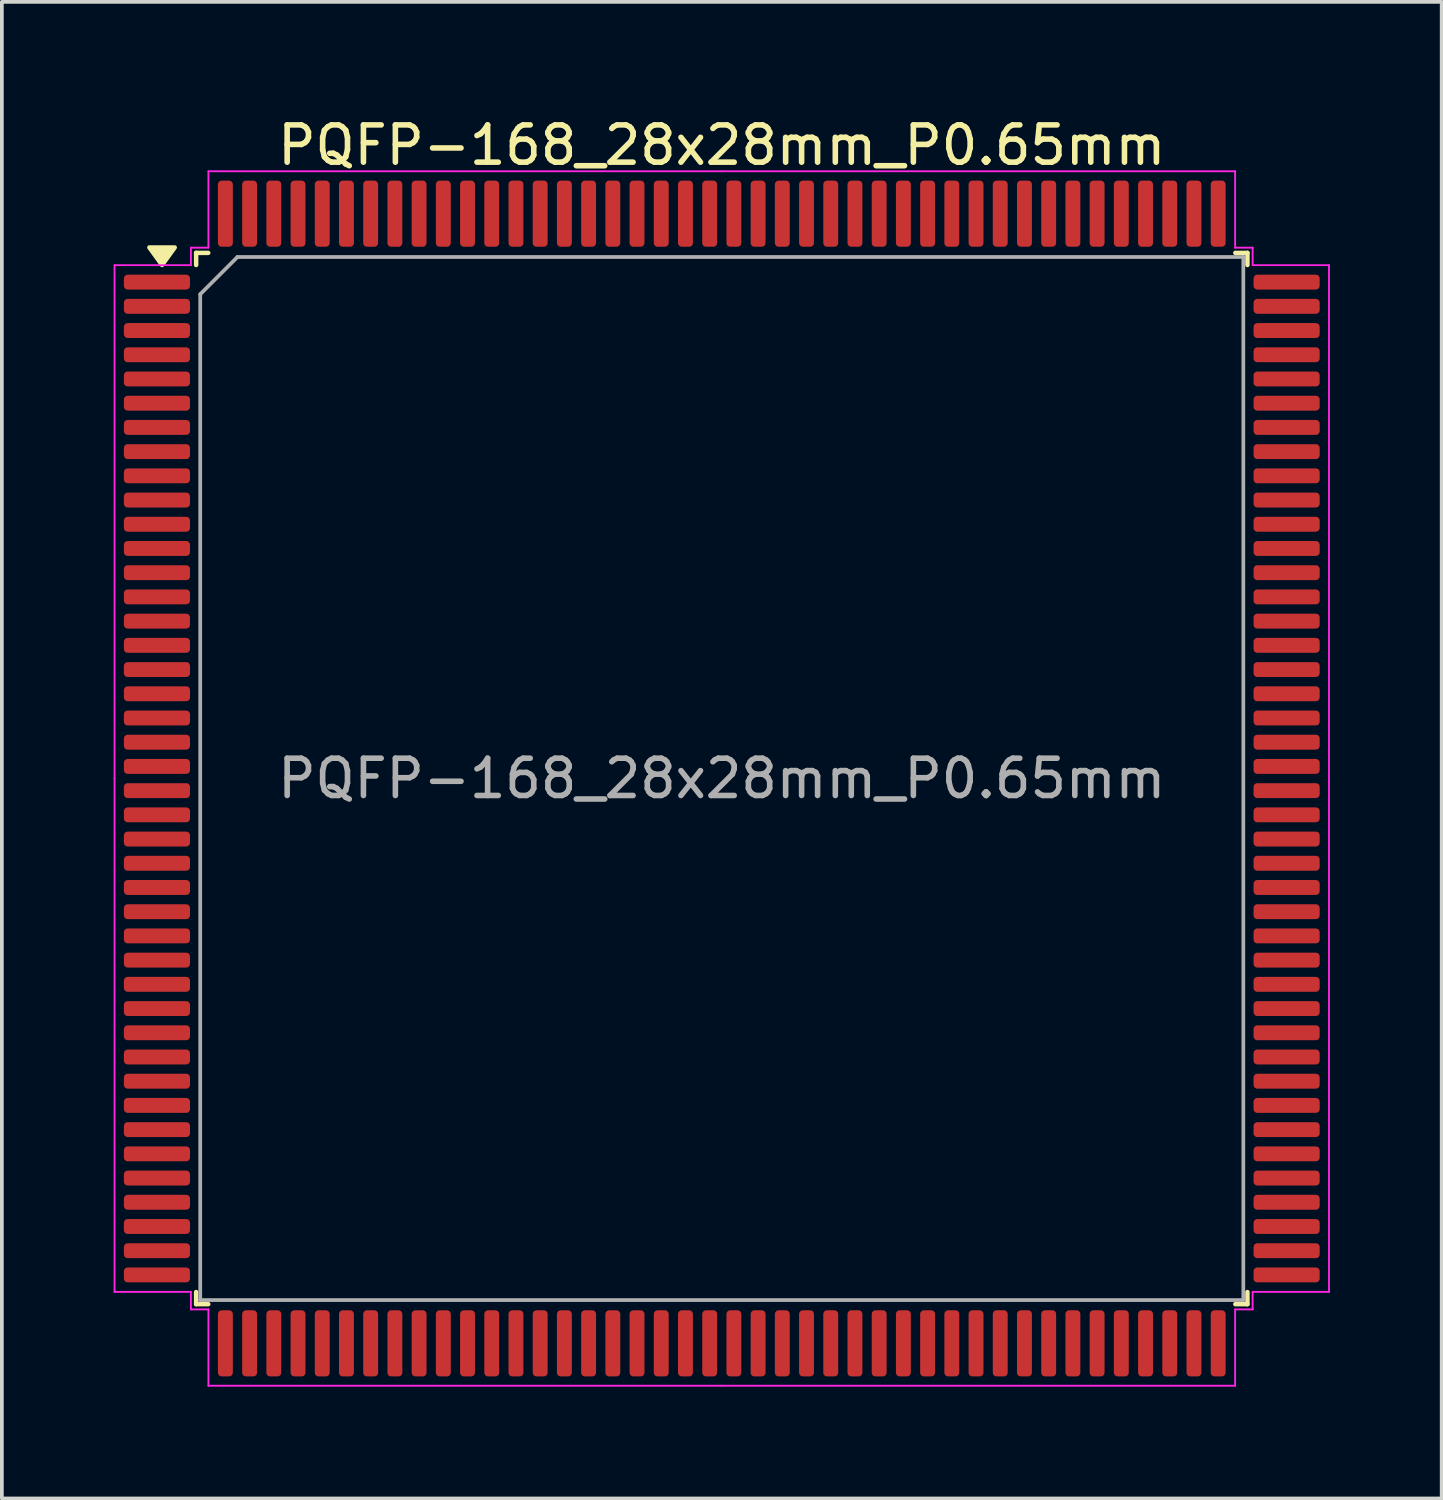
<source format=kicad_pcb>
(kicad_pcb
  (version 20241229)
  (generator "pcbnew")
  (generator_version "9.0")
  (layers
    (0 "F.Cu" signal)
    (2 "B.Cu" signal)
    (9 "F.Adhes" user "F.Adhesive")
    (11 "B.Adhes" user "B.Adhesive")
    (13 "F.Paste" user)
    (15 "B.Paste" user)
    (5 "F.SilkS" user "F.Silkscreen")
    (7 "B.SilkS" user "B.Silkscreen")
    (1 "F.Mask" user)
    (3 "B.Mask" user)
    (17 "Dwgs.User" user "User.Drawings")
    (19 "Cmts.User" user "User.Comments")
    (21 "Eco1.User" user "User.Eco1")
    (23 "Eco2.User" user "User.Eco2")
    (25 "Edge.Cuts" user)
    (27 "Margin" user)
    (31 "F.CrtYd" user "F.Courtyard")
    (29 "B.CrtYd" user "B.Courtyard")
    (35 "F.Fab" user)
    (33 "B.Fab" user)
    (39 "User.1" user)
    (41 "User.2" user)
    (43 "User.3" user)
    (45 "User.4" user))
  (footprint "PQFP-168_28x28mm_P0.65mm"
    (layer "F.Cu")
    (at 16.325 17.848)
    (property "Reference" "PQFP-168_28x28mm_P0.65mm" (at 0 -17 0) (layer "F.SilkS") (effects (font (size 1 1) (thickness 0.15))))
    (attr smd)
    (fp_line (start -14.11 -14.11) (end -14.11 -13.785) (stroke (width 0.12) (type solid)) (layer "F.SilkS"))
    (fp_line (start -14.11 14.11) (end -14.11 13.785) (stroke (width 0.12) (type solid)) (layer "F.SilkS"))
    (fp_line (start -13.785 -14.11) (end -14.11 -14.11) (stroke (width 0.12) (type solid)) (layer "F.SilkS"))
    (fp_line (start -13.785 14.11) (end -14.11 14.11) (stroke (width 0.12) (type solid)) (layer "F.SilkS"))
    (fp_line (start 13.785 -14.11) (end 14.11 -14.11) (stroke (width 0.12) (type solid)) (layer "F.SilkS"))
    (fp_line (start 13.785 14.11) (end 14.11 14.11) (stroke (width 0.12) (type solid)) (layer "F.SilkS"))
    (fp_line (start 14.11 -14.11) (end 14.11 -13.785) (stroke (width 0.12) (type solid)) (layer "F.SilkS"))
    (fp_line (start 14.11 14.11) (end 14.11 13.785) (stroke (width 0.12) (type solid)) (layer "F.SilkS"))
    (fp_poly (pts (xy -15.025 -13.785) (xy -15.365 -14.255) (xy -14.685 -14.255) (xy -15.025 -13.785)) (stroke (width 0.12) (type solid)) (fill yes) (layer "F.SilkS"))
    (fp_line (start -16.3 -13.78) (end -16.3 0) (stroke (width 0.05) (type solid)) (layer "F.CrtYd"))
    (fp_line (start -16.3 13.78) (end -16.3 0) (stroke (width 0.05) (type solid)) (layer "F.CrtYd"))
    (fp_line (start -14.25 -14.25) (end -14.25 -13.78) (stroke (width 0.05) (type solid)) (layer "F.CrtYd"))
    (fp_line (start -14.25 -13.78) (end -16.3 -13.78) (stroke (width 0.05) (type solid)) (layer "F.CrtYd"))
    (fp_line (start -14.25 13.78) (end -16.3 13.78) (stroke (width 0.05) (type solid)) (layer "F.CrtYd"))
    (fp_line (start -14.25 14.25) (end -14.25 13.78) (stroke (width 0.05) (type solid)) (layer "F.CrtYd"))
    (fp_line (start -13.78 -16.3) (end -13.78 -14.25) (stroke (width 0.05) (type solid)) (layer "F.CrtYd"))
    (fp_line (start -13.78 -14.25) (end -14.25 -14.25) (stroke (width 0.05) (type solid)) (layer "F.CrtYd"))
    (fp_line (start -13.78 14.25) (end -14.25 14.25) (stroke (width 0.05) (type solid)) (layer "F.CrtYd"))
    (fp_line (start -13.78 16.3) (end -13.78 14.25) (stroke (width 0.05) (type solid)) (layer "F.CrtYd"))
    (fp_line (start 0 -16.3) (end -13.78 -16.3) (stroke (width 0.05) (type solid)) (layer "F.CrtYd"))
    (fp_line (start 0 -16.3) (end 13.78 -16.3) (stroke (width 0.05) (type solid)) (layer "F.CrtYd"))
    (fp_line (start 0 16.3) (end -13.78 16.3) (stroke (width 0.05) (type solid)) (layer "F.CrtYd"))
    (fp_line (start 0 16.3) (end 13.78 16.3) (stroke (width 0.05) (type solid)) (layer "F.CrtYd"))
    (fp_line (start 13.78 -16.3) (end 13.78 -14.25) (stroke (width 0.05) (type solid)) (layer "F.CrtYd"))
    (fp_line (start 13.78 -14.25) (end 14.25 -14.25) (stroke (width 0.05) (type solid)) (layer "F.CrtYd"))
    (fp_line (start 13.78 14.25) (end 14.25 14.25) (stroke (width 0.05) (type solid)) (layer "F.CrtYd"))
    (fp_line (start 13.78 16.3) (end 13.78 14.25) (stroke (width 0.05) (type solid)) (layer "F.CrtYd"))
    (fp_line (start 14.25 -14.25) (end 14.25 -13.78) (stroke (width 0.05) (type solid)) (layer "F.CrtYd"))
    (fp_line (start 14.25 -13.78) (end 16.3 -13.78) (stroke (width 0.05) (type solid)) (layer "F.CrtYd"))
    (fp_line (start 14.25 13.78) (end 16.3 13.78) (stroke (width 0.05) (type solid)) (layer "F.CrtYd"))
    (fp_line (start 14.25 14.25) (end 14.25 13.78) (stroke (width 0.05) (type solid)) (layer "F.CrtYd"))
    (fp_line (start 16.3 -13.78) (end 16.3 0) (stroke (width 0.05) (type solid)) (layer "F.CrtYd"))
    (fp_line (start 16.3 13.78) (end 16.3 0) (stroke (width 0.05) (type solid)) (layer "F.CrtYd"))
    (fp_line (start -14 -13) (end -13 -14) (stroke (width 0.1) (type solid)) (layer "F.Fab"))
    (fp_line (start -14 14) (end -14 -13) (stroke (width 0.1) (type solid)) (layer "F.Fab"))
    (fp_line (start -13 -14) (end 14 -14) (stroke (width 0.1) (type solid)) (layer "F.Fab"))
    (fp_line (start 14 -14) (end 14 14) (stroke (width 0.1) (type solid)) (layer "F.Fab"))
    (fp_line (start 14 14) (end -14 14) (stroke (width 0.1) (type solid)) (layer "F.Fab"))
    (fp_text user "${REFERENCE}" (at 0 0 0) (layer "F.Fab") (effects (font (size 1 1) (thickness 0.15))))
    (pad "1" smd roundrect (at -15.162 -13.325) (size 1.775 0.4) (layers "F.Cu" "F.Mask" "F.Paste") (roundrect_rratio 0.25))
    (pad "2" smd roundrect (at -15.162 -12.675) (size 1.775 0.4) (layers "F.Cu" "F.Mask" "F.Paste") (roundrect_rratio 0.25))
    (pad "3" smd roundrect (at -15.162 -12.025) (size 1.775 0.4) (layers "F.Cu" "F.Mask" "F.Paste") (roundrect_rratio 0.25))
    (pad "4" smd roundrect (at -15.162 -11.375) (size 1.775 0.4) (layers "F.Cu" "F.Mask" "F.Paste") (roundrect_rratio 0.25))
    (pad "5" smd roundrect (at -15.162 -10.725) (size 1.775 0.4) (layers "F.Cu" "F.Mask" "F.Paste") (roundrect_rratio 0.25))
    (pad "6" smd roundrect (at -15.162 -10.075) (size 1.775 0.4) (layers "F.Cu" "F.Mask" "F.Paste") (roundrect_rratio 0.25))
    (pad "7" smd roundrect (at -15.162 -9.425) (size 1.775 0.4) (layers "F.Cu" "F.Mask" "F.Paste") (roundrect_rratio 0.25))
    (pad "8" smd roundrect (at -15.162 -8.775) (size 1.775 0.4) (layers "F.Cu" "F.Mask" "F.Paste") (roundrect_rratio 0.25))
    (pad "9" smd roundrect (at -15.162 -8.125) (size 1.775 0.4) (layers "F.Cu" "F.Mask" "F.Paste") (roundrect_rratio 0.25))
    (pad "10" smd roundrect (at -15.162 -7.475) (size 1.775 0.4) (layers "F.Cu" "F.Mask" "F.Paste") (roundrect_rratio 0.25))
    (pad "11" smd roundrect (at -15.162 -6.825) (size 1.775 0.4) (layers "F.Cu" "F.Mask" "F.Paste") (roundrect_rratio 0.25))
    (pad "12" smd roundrect (at -15.162 -6.175) (size 1.775 0.4) (layers "F.Cu" "F.Mask" "F.Paste") (roundrect_rratio 0.25))
    (pad "13" smd roundrect (at -15.162 -5.525) (size 1.775 0.4) (layers "F.Cu" "F.Mask" "F.Paste") (roundrect_rratio 0.25))
    (pad "14" smd roundrect (at -15.162 -4.875) (size 1.775 0.4) (layers "F.Cu" "F.Mask" "F.Paste") (roundrect_rratio 0.25))
    (pad "15" smd roundrect (at -15.162 -4.225) (size 1.775 0.4) (layers "F.Cu" "F.Mask" "F.Paste") (roundrect_rratio 0.25))
    (pad "16" smd roundrect (at -15.162 -3.575) (size 1.775 0.4) (layers "F.Cu" "F.Mask" "F.Paste") (roundrect_rratio 0.25))
    (pad "17" smd roundrect (at -15.162 -2.925) (size 1.775 0.4) (layers "F.Cu" "F.Mask" "F.Paste") (roundrect_rratio 0.25))
    (pad "18" smd roundrect (at -15.162 -2.275) (size 1.775 0.4) (layers "F.Cu" "F.Mask" "F.Paste") (roundrect_rratio 0.25))
    (pad "19" smd roundrect (at -15.162 -1.625) (size 1.775 0.4) (layers "F.Cu" "F.Mask" "F.Paste") (roundrect_rratio 0.25))
    (pad "20" smd roundrect (at -15.162 -0.975) (size 1.775 0.4) (layers "F.Cu" "F.Mask" "F.Paste") (roundrect_rratio 0.25))
    (pad "21" smd roundrect (at -15.162 -0.325) (size 1.775 0.4) (layers "F.Cu" "F.Mask" "F.Paste") (roundrect_rratio 0.25))
    (pad "22" smd roundrect (at -15.162 0.325) (size 1.775 0.4) (layers "F.Cu" "F.Mask" "F.Paste") (roundrect_rratio 0.25))
    (pad "23" smd roundrect (at -15.162 0.975) (size 1.775 0.4) (layers "F.Cu" "F.Mask" "F.Paste") (roundrect_rratio 0.25))
    (pad "24" smd roundrect (at -15.162 1.625) (size 1.775 0.4) (layers "F.Cu" "F.Mask" "F.Paste") (roundrect_rratio 0.25))
    (pad "25" smd roundrect (at -15.162 2.275) (size 1.775 0.4) (layers "F.Cu" "F.Mask" "F.Paste") (roundrect_rratio 0.25))
    (pad "26" smd roundrect (at -15.162 2.925) (size 1.775 0.4) (layers "F.Cu" "F.Mask" "F.Paste") (roundrect_rratio 0.25))
    (pad "27" smd roundrect (at -15.162 3.575) (size 1.775 0.4) (layers "F.Cu" "F.Mask" "F.Paste") (roundrect_rratio 0.25))
    (pad "28" smd roundrect (at -15.162 4.225) (size 1.775 0.4) (layers "F.Cu" "F.Mask" "F.Paste") (roundrect_rratio 0.25))
    (pad "29" smd roundrect (at -15.162 4.875) (size 1.775 0.4) (layers "F.Cu" "F.Mask" "F.Paste") (roundrect_rratio 0.25))
    (pad "30" smd roundrect (at -15.162 5.525) (size 1.775 0.4) (layers "F.Cu" "F.Mask" "F.Paste") (roundrect_rratio 0.25))
    (pad "31" smd roundrect (at -15.162 6.175) (size 1.775 0.4) (layers "F.Cu" "F.Mask" "F.Paste") (roundrect_rratio 0.25))
    (pad "32" smd roundrect (at -15.162 6.825) (size 1.775 0.4) (layers "F.Cu" "F.Mask" "F.Paste") (roundrect_rratio 0.25))
    (pad "33" smd roundrect (at -15.162 7.475) (size 1.775 0.4) (layers "F.Cu" "F.Mask" "F.Paste") (roundrect_rratio 0.25))
    (pad "34" smd roundrect (at -15.162 8.125) (size 1.775 0.4) (layers "F.Cu" "F.Mask" "F.Paste") (roundrect_rratio 0.25))
    (pad "35" smd roundrect (at -15.162 8.775) (size 1.775 0.4) (layers "F.Cu" "F.Mask" "F.Paste") (roundrect_rratio 0.25))
    (pad "36" smd roundrect (at -15.162 9.425) (size 1.775 0.4) (layers "F.Cu" "F.Mask" "F.Paste") (roundrect_rratio 0.25))
    (pad "37" smd roundrect (at -15.162 10.075) (size 1.775 0.4) (layers "F.Cu" "F.Mask" "F.Paste") (roundrect_rratio 0.25))
    (pad "38" smd roundrect (at -15.162 10.725) (size 1.775 0.4) (layers "F.Cu" "F.Mask" "F.Paste") (roundrect_rratio 0.25))
    (pad "39" smd roundrect (at -15.162 11.375) (size 1.775 0.4) (layers "F.Cu" "F.Mask" "F.Paste") (roundrect_rratio 0.25))
    (pad "40" smd roundrect (at -15.162 12.025) (size 1.775 0.4) (layers "F.Cu" "F.Mask" "F.Paste") (roundrect_rratio 0.25))
    (pad "41" smd roundrect (at -15.162 12.675) (size 1.775 0.4) (layers "F.Cu" "F.Mask" "F.Paste") (roundrect_rratio 0.25))
    (pad "42" smd roundrect (at -15.162 13.325) (size 1.775 0.4) (layers "F.Cu" "F.Mask" "F.Paste") (roundrect_rratio 0.25))
    (pad "43" smd roundrect (at -13.325 15.162) (size 0.4 1.775) (layers "F.Cu" "F.Mask" "F.Paste") (roundrect_rratio 0.25))
    (pad "44" smd roundrect (at -12.675 15.162) (size 0.4 1.775) (layers "F.Cu" "F.Mask" "F.Paste") (roundrect_rratio 0.25))
    (pad "45" smd roundrect (at -12.025 15.162) (size 0.4 1.775) (layers "F.Cu" "F.Mask" "F.Paste") (roundrect_rratio 0.25))
    (pad "46" smd roundrect (at -11.375 15.162) (size 0.4 1.775) (layers "F.Cu" "F.Mask" "F.Paste") (roundrect_rratio 0.25))
    (pad "47" smd roundrect (at -10.725 15.162) (size 0.4 1.775) (layers "F.Cu" "F.Mask" "F.Paste") (roundrect_rratio 0.25))
    (pad "48" smd roundrect (at -10.075 15.162) (size 0.4 1.775) (layers "F.Cu" "F.Mask" "F.Paste") (roundrect_rratio 0.25))
    (pad "49" smd roundrect (at -9.425 15.162) (size 0.4 1.775) (layers "F.Cu" "F.Mask" "F.Paste") (roundrect_rratio 0.25))
    (pad "50" smd roundrect (at -8.775 15.162) (size 0.4 1.775) (layers "F.Cu" "F.Mask" "F.Paste") (roundrect_rratio 0.25))
    (pad "51" smd roundrect (at -8.125 15.162) (size 0.4 1.775) (layers "F.Cu" "F.Mask" "F.Paste") (roundrect_rratio 0.25))
    (pad "52" smd roundrect (at -7.475 15.162) (size 0.4 1.775) (layers "F.Cu" "F.Mask" "F.Paste") (roundrect_rratio 0.25))
    (pad "53" smd roundrect (at -6.825 15.162) (size 0.4 1.775) (layers "F.Cu" "F.Mask" "F.Paste") (roundrect_rratio 0.25))
    (pad "54" smd roundrect (at -6.175 15.162) (size 0.4 1.775) (layers "F.Cu" "F.Mask" "F.Paste") (roundrect_rratio 0.25))
    (pad "55" smd roundrect (at -5.525 15.162) (size 0.4 1.775) (layers "F.Cu" "F.Mask" "F.Paste") (roundrect_rratio 0.25))
    (pad "56" smd roundrect (at -4.875 15.162) (size 0.4 1.775) (layers "F.Cu" "F.Mask" "F.Paste") (roundrect_rratio 0.25))
    (pad "57" smd roundrect (at -4.225 15.162) (size 0.4 1.775) (layers "F.Cu" "F.Mask" "F.Paste") (roundrect_rratio 0.25))
    (pad "58" smd roundrect (at -3.575 15.162) (size 0.4 1.775) (layers "F.Cu" "F.Mask" "F.Paste") (roundrect_rratio 0.25))
    (pad "59" smd roundrect (at -2.925 15.162) (size 0.4 1.775) (layers "F.Cu" "F.Mask" "F.Paste") (roundrect_rratio 0.25))
    (pad "60" smd roundrect (at -2.275 15.162) (size 0.4 1.775) (layers "F.Cu" "F.Mask" "F.Paste") (roundrect_rratio 0.25))
    (pad "61" smd roundrect (at -1.625 15.162) (size 0.4 1.775) (layers "F.Cu" "F.Mask" "F.Paste") (roundrect_rratio 0.25))
    (pad "62" smd roundrect (at -0.975 15.162) (size 0.4 1.775) (layers "F.Cu" "F.Mask" "F.Paste") (roundrect_rratio 0.25))
    (pad "63" smd roundrect (at -0.325 15.162) (size 0.4 1.775) (layers "F.Cu" "F.Mask" "F.Paste") (roundrect_rratio 0.25))
    (pad "64" smd roundrect (at 0.325 15.162) (size 0.4 1.775) (layers "F.Cu" "F.Mask" "F.Paste") (roundrect_rratio 0.25))
    (pad "65" smd roundrect (at 0.975 15.162) (size 0.4 1.775) (layers "F.Cu" "F.Mask" "F.Paste") (roundrect_rratio 0.25))
    (pad "66" smd roundrect (at 1.625 15.162) (size 0.4 1.775) (layers "F.Cu" "F.Mask" "F.Paste") (roundrect_rratio 0.25))
    (pad "67" smd roundrect (at 2.275 15.162) (size 0.4 1.775) (layers "F.Cu" "F.Mask" "F.Paste") (roundrect_rratio 0.25))
    (pad "68" smd roundrect (at 2.925 15.162) (size 0.4 1.775) (layers "F.Cu" "F.Mask" "F.Paste") (roundrect_rratio 0.25))
    (pad "69" smd roundrect (at 3.575 15.162) (size 0.4 1.775) (layers "F.Cu" "F.Mask" "F.Paste") (roundrect_rratio 0.25))
    (pad "70" smd roundrect (at 4.225 15.162) (size 0.4 1.775) (layers "F.Cu" "F.Mask" "F.Paste") (roundrect_rratio 0.25))
    (pad "71" smd roundrect (at 4.875 15.162) (size 0.4 1.775) (layers "F.Cu" "F.Mask" "F.Paste") (roundrect_rratio 0.25))
    (pad "72" smd roundrect (at 5.525 15.162) (size 0.4 1.775) (layers "F.Cu" "F.Mask" "F.Paste") (roundrect_rratio 0.25))
    (pad "73" smd roundrect (at 6.175 15.162) (size 0.4 1.775) (layers "F.Cu" "F.Mask" "F.Paste") (roundrect_rratio 0.25))
    (pad "74" smd roundrect (at 6.825 15.162) (size 0.4 1.775) (layers "F.Cu" "F.Mask" "F.Paste") (roundrect_rratio 0.25))
    (pad "75" smd roundrect (at 7.475 15.162) (size 0.4 1.775) (layers "F.Cu" "F.Mask" "F.Paste") (roundrect_rratio 0.25))
    (pad "76" smd roundrect (at 8.125 15.162) (size 0.4 1.775) (layers "F.Cu" "F.Mask" "F.Paste") (roundrect_rratio 0.25))
    (pad "77" smd roundrect (at 8.775 15.162) (size 0.4 1.775) (layers "F.Cu" "F.Mask" "F.Paste") (roundrect_rratio 0.25))
    (pad "78" smd roundrect (at 9.425 15.162) (size 0.4 1.775) (layers "F.Cu" "F.Mask" "F.Paste") (roundrect_rratio 0.25))
    (pad "79" smd roundrect (at 10.075 15.162) (size 0.4 1.775) (layers "F.Cu" "F.Mask" "F.Paste") (roundrect_rratio 0.25))
    (pad "80" smd roundrect (at 10.725 15.162) (size 0.4 1.775) (layers "F.Cu" "F.Mask" "F.Paste") (roundrect_rratio 0.25))
    (pad "81" smd roundrect (at 11.375 15.162) (size 0.4 1.775) (layers "F.Cu" "F.Mask" "F.Paste") (roundrect_rratio 0.25))
    (pad "82" smd roundrect (at 12.025 15.162) (size 0.4 1.775) (layers "F.Cu" "F.Mask" "F.Paste") (roundrect_rratio 0.25))
    (pad "83" smd roundrect (at 12.675 15.162) (size 0.4 1.775) (layers "F.Cu" "F.Mask" "F.Paste") (roundrect_rratio 0.25))
    (pad "84" smd roundrect (at 13.325 15.162) (size 0.4 1.775) (layers "F.Cu" "F.Mask" "F.Paste") (roundrect_rratio 0.25))
    (pad "85" smd roundrect (at 15.162 13.325) (size 1.775 0.4) (layers "F.Cu" "F.Mask" "F.Paste") (roundrect_rratio 0.25))
    (pad "86" smd roundrect (at 15.162 12.675) (size 1.775 0.4) (layers "F.Cu" "F.Mask" "F.Paste") (roundrect_rratio 0.25))
    (pad "87" smd roundrect (at 15.162 12.025) (size 1.775 0.4) (layers "F.Cu" "F.Mask" "F.Paste") (roundrect_rratio 0.25))
    (pad "88" smd roundrect (at 15.162 11.375) (size 1.775 0.4) (layers "F.Cu" "F.Mask" "F.Paste") (roundrect_rratio 0.25))
    (pad "89" smd roundrect (at 15.162 10.725) (size 1.775 0.4) (layers "F.Cu" "F.Mask" "F.Paste") (roundrect_rratio 0.25))
    (pad "90" smd roundrect (at 15.162 10.075) (size 1.775 0.4) (layers "F.Cu" "F.Mask" "F.Paste") (roundrect_rratio 0.25))
    (pad "91" smd roundrect (at 15.162 9.425) (size 1.775 0.4) (layers "F.Cu" "F.Mask" "F.Paste") (roundrect_rratio 0.25))
    (pad "92" smd roundrect (at 15.162 8.775) (size 1.775 0.4) (layers "F.Cu" "F.Mask" "F.Paste") (roundrect_rratio 0.25))
    (pad "93" smd roundrect (at 15.162 8.125) (size 1.775 0.4) (layers "F.Cu" "F.Mask" "F.Paste") (roundrect_rratio 0.25))
    (pad "94" smd roundrect (at 15.162 7.475) (size 1.775 0.4) (layers "F.Cu" "F.Mask" "F.Paste") (roundrect_rratio 0.25))
    (pad "95" smd roundrect (at 15.162 6.825) (size 1.775 0.4) (layers "F.Cu" "F.Mask" "F.Paste") (roundrect_rratio 0.25))
    (pad "96" smd roundrect (at 15.162 6.175) (size 1.775 0.4) (layers "F.Cu" "F.Mask" "F.Paste") (roundrect_rratio 0.25))
    (pad "97" smd roundrect (at 15.162 5.525) (size 1.775 0.4) (layers "F.Cu" "F.Mask" "F.Paste") (roundrect_rratio 0.25))
    (pad "98" smd roundrect (at 15.162 4.875) (size 1.775 0.4) (layers "F.Cu" "F.Mask" "F.Paste") (roundrect_rratio 0.25))
    (pad "99" smd roundrect (at 15.162 4.225) (size 1.775 0.4) (layers "F.Cu" "F.Mask" "F.Paste") (roundrect_rratio 0.25))
    (pad "100" smd roundrect (at 15.162 3.575) (size 1.775 0.4) (layers "F.Cu" "F.Mask" "F.Paste") (roundrect_rratio 0.25))
    (pad "101" smd roundrect (at 15.162 2.925) (size 1.775 0.4) (layers "F.Cu" "F.Mask" "F.Paste") (roundrect_rratio 0.25))
    (pad "102" smd roundrect (at 15.162 2.275) (size 1.775 0.4) (layers "F.Cu" "F.Mask" "F.Paste") (roundrect_rratio 0.25))
    (pad "103" smd roundrect (at 15.162 1.625) (size 1.775 0.4) (layers "F.Cu" "F.Mask" "F.Paste") (roundrect_rratio 0.25))
    (pad "104" smd roundrect (at 15.162 0.975) (size 1.775 0.4) (layers "F.Cu" "F.Mask" "F.Paste") (roundrect_rratio 0.25))
    (pad "105" smd roundrect (at 15.162 0.325) (size 1.775 0.4) (layers "F.Cu" "F.Mask" "F.Paste") (roundrect_rratio 0.25))
    (pad "106" smd roundrect (at 15.162 -0.325) (size 1.775 0.4) (layers "F.Cu" "F.Mask" "F.Paste") (roundrect_rratio 0.25))
    (pad "107" smd roundrect (at 15.162 -0.975) (size 1.775 0.4) (layers "F.Cu" "F.Mask" "F.Paste") (roundrect_rratio 0.25))
    (pad "108" smd roundrect (at 15.162 -1.625) (size 1.775 0.4) (layers "F.Cu" "F.Mask" "F.Paste") (roundrect_rratio 0.25))
    (pad "109" smd roundrect (at 15.162 -2.275) (size 1.775 0.4) (layers "F.Cu" "F.Mask" "F.Paste") (roundrect_rratio 0.25))
    (pad "110" smd roundrect (at 15.162 -2.925) (size 1.775 0.4) (layers "F.Cu" "F.Mask" "F.Paste") (roundrect_rratio 0.25))
    (pad "111" smd roundrect (at 15.162 -3.575) (size 1.775 0.4) (layers "F.Cu" "F.Mask" "F.Paste") (roundrect_rratio 0.25))
    (pad "112" smd roundrect (at 15.162 -4.225) (size 1.775 0.4) (layers "F.Cu" "F.Mask" "F.Paste") (roundrect_rratio 0.25))
    (pad "113" smd roundrect (at 15.162 -4.875) (size 1.775 0.4) (layers "F.Cu" "F.Mask" "F.Paste") (roundrect_rratio 0.25))
    (pad "114" smd roundrect (at 15.162 -5.525) (size 1.775 0.4) (layers "F.Cu" "F.Mask" "F.Paste") (roundrect_rratio 0.25))
    (pad "115" smd roundrect (at 15.162 -6.175) (size 1.775 0.4) (layers "F.Cu" "F.Mask" "F.Paste") (roundrect_rratio 0.25))
    (pad "116" smd roundrect (at 15.162 -6.825) (size 1.775 0.4) (layers "F.Cu" "F.Mask" "F.Paste") (roundrect_rratio 0.25))
    (pad "117" smd roundrect (at 15.162 -7.475) (size 1.775 0.4) (layers "F.Cu" "F.Mask" "F.Paste") (roundrect_rratio 0.25))
    (pad "118" smd roundrect (at 15.162 -8.125) (size 1.775 0.4) (layers "F.Cu" "F.Mask" "F.Paste") (roundrect_rratio 0.25))
    (pad "119" smd roundrect (at 15.162 -8.775) (size 1.775 0.4) (layers "F.Cu" "F.Mask" "F.Paste") (roundrect_rratio 0.25))
    (pad "120" smd roundrect (at 15.162 -9.425) (size 1.775 0.4) (layers "F.Cu" "F.Mask" "F.Paste") (roundrect_rratio 0.25))
    (pad "121" smd roundrect (at 15.162 -10.075) (size 1.775 0.4) (layers "F.Cu" "F.Mask" "F.Paste") (roundrect_rratio 0.25))
    (pad "122" smd roundrect (at 15.162 -10.725) (size 1.775 0.4) (layers "F.Cu" "F.Mask" "F.Paste") (roundrect_rratio 0.25))
    (pad "123" smd roundrect (at 15.162 -11.375) (size 1.775 0.4) (layers "F.Cu" "F.Mask" "F.Paste") (roundrect_rratio 0.25))
    (pad "124" smd roundrect (at 15.162 -12.025) (size 1.775 0.4) (layers "F.Cu" "F.Mask" "F.Paste") (roundrect_rratio 0.25))
    (pad "125" smd roundrect (at 15.162 -12.675) (size 1.775 0.4) (layers "F.Cu" "F.Mask" "F.Paste") (roundrect_rratio 0.25))
    (pad "126" smd roundrect (at 15.162 -13.325) (size 1.775 0.4) (layers "F.Cu" "F.Mask" "F.Paste") (roundrect_rratio 0.25))
    (pad "127" smd roundrect (at 13.325 -15.162) (size 0.4 1.775) (layers "F.Cu" "F.Mask" "F.Paste") (roundrect_rratio 0.25))
    (pad "128" smd roundrect (at 12.675 -15.162) (size 0.4 1.775) (layers "F.Cu" "F.Mask" "F.Paste") (roundrect_rratio 0.25))
    (pad "129" smd roundrect (at 12.025 -15.162) (size 0.4 1.775) (layers "F.Cu" "F.Mask" "F.Paste") (roundrect_rratio 0.25))
    (pad "130" smd roundrect (at 11.375 -15.162) (size 0.4 1.775) (layers "F.Cu" "F.Mask" "F.Paste") (roundrect_rratio 0.25))
    (pad "131" smd roundrect (at 10.725 -15.162) (size 0.4 1.775) (layers "F.Cu" "F.Mask" "F.Paste") (roundrect_rratio 0.25))
    (pad "132" smd roundrect (at 10.075 -15.162) (size 0.4 1.775) (layers "F.Cu" "F.Mask" "F.Paste") (roundrect_rratio 0.25))
    (pad "133" smd roundrect (at 9.425 -15.162) (size 0.4 1.775) (layers "F.Cu" "F.Mask" "F.Paste") (roundrect_rratio 0.25))
    (pad "134" smd roundrect (at 8.775 -15.162) (size 0.4 1.775) (layers "F.Cu" "F.Mask" "F.Paste") (roundrect_rratio 0.25))
    (pad "135" smd roundrect (at 8.125 -15.162) (size 0.4 1.775) (layers "F.Cu" "F.Mask" "F.Paste") (roundrect_rratio 0.25))
    (pad "136" smd roundrect (at 7.475 -15.162) (size 0.4 1.775) (layers "F.Cu" "F.Mask" "F.Paste") (roundrect_rratio 0.25))
    (pad "137" smd roundrect (at 6.825 -15.162) (size 0.4 1.775) (layers "F.Cu" "F.Mask" "F.Paste") (roundrect_rratio 0.25))
    (pad "138" smd roundrect (at 6.175 -15.162) (size 0.4 1.775) (layers "F.Cu" "F.Mask" "F.Paste") (roundrect_rratio 0.25))
    (pad "139" smd roundrect (at 5.525 -15.162) (size 0.4 1.775) (layers "F.Cu" "F.Mask" "F.Paste") (roundrect_rratio 0.25))
    (pad "140" smd roundrect (at 4.875 -15.162) (size 0.4 1.775) (layers "F.Cu" "F.Mask" "F.Paste") (roundrect_rratio 0.25))
    (pad "141" smd roundrect (at 4.225 -15.162) (size 0.4 1.775) (layers "F.Cu" "F.Mask" "F.Paste") (roundrect_rratio 0.25))
    (pad "142" smd roundrect (at 3.575 -15.162) (size 0.4 1.775) (layers "F.Cu" "F.Mask" "F.Paste") (roundrect_rratio 0.25))
    (pad "143" smd roundrect (at 2.925 -15.162) (size 0.4 1.775) (layers "F.Cu" "F.Mask" "F.Paste") (roundrect_rratio 0.25))
    (pad "144" smd roundrect (at 2.275 -15.162) (size 0.4 1.775) (layers "F.Cu" "F.Mask" "F.Paste") (roundrect_rratio 0.25))
    (pad "145" smd roundrect (at 1.625 -15.162) (size 0.4 1.775) (layers "F.Cu" "F.Mask" "F.Paste") (roundrect_rratio 0.25))
    (pad "146" smd roundrect (at 0.975 -15.162) (size 0.4 1.775) (layers "F.Cu" "F.Mask" "F.Paste") (roundrect_rratio 0.25))
    (pad "147" smd roundrect (at 0.325 -15.162) (size 0.4 1.775) (layers "F.Cu" "F.Mask" "F.Paste") (roundrect_rratio 0.25))
    (pad "148" smd roundrect (at -0.325 -15.162) (size 0.4 1.775) (layers "F.Cu" "F.Mask" "F.Paste") (roundrect_rratio 0.25))
    (pad "149" smd roundrect (at -0.975 -15.162) (size 0.4 1.775) (layers "F.Cu" "F.Mask" "F.Paste") (roundrect_rratio 0.25))
    (pad "150" smd roundrect (at -1.625 -15.162) (size 0.4 1.775) (layers "F.Cu" "F.Mask" "F.Paste") (roundrect_rratio 0.25))
    (pad "151" smd roundrect (at -2.275 -15.162) (size 0.4 1.775) (layers "F.Cu" "F.Mask" "F.Paste") (roundrect_rratio 0.25))
    (pad "152" smd roundrect (at -2.925 -15.162) (size 0.4 1.775) (layers "F.Cu" "F.Mask" "F.Paste") (roundrect_rratio 0.25))
    (pad "153" smd roundrect (at -3.575 -15.162) (size 0.4 1.775) (layers "F.Cu" "F.Mask" "F.Paste") (roundrect_rratio 0.25))
    (pad "154" smd roundrect (at -4.225 -15.162) (size 0.4 1.775) (layers "F.Cu" "F.Mask" "F.Paste") (roundrect_rratio 0.25))
    (pad "155" smd roundrect (at -4.875 -15.162) (size 0.4 1.775) (layers "F.Cu" "F.Mask" "F.Paste") (roundrect_rratio 0.25))
    (pad "156" smd roundrect (at -5.525 -15.162) (size 0.4 1.775) (layers "F.Cu" "F.Mask" "F.Paste") (roundrect_rratio 0.25))
    (pad "157" smd roundrect (at -6.175 -15.162) (size 0.4 1.775) (layers "F.Cu" "F.Mask" "F.Paste") (roundrect_rratio 0.25))
    (pad "158" smd roundrect (at -6.825 -15.162) (size 0.4 1.775) (layers "F.Cu" "F.Mask" "F.Paste") (roundrect_rratio 0.25))
    (pad "159" smd roundrect (at -7.475 -15.162) (size 0.4 1.775) (layers "F.Cu" "F.Mask" "F.Paste") (roundrect_rratio 0.25))
    (pad "160" smd roundrect (at -8.125 -15.162) (size 0.4 1.775) (layers "F.Cu" "F.Mask" "F.Paste") (roundrect_rratio 0.25))
    (pad "161" smd roundrect (at -8.775 -15.162) (size 0.4 1.775) (layers "F.Cu" "F.Mask" "F.Paste") (roundrect_rratio 0.25))
    (pad "162" smd roundrect (at -9.425 -15.162) (size 0.4 1.775) (layers "F.Cu" "F.Mask" "F.Paste") (roundrect_rratio 0.25))
    (pad "163" smd roundrect (at -10.075 -15.162) (size 0.4 1.775) (layers "F.Cu" "F.Mask" "F.Paste") (roundrect_rratio 0.25))
    (pad "164" smd roundrect (at -10.725 -15.162) (size 0.4 1.775) (layers "F.Cu" "F.Mask" "F.Paste") (roundrect_rratio 0.25))
    (pad "165" smd roundrect (at -11.375 -15.162) (size 0.4 1.775) (layers "F.Cu" "F.Mask" "F.Paste") (roundrect_rratio 0.25))
    (pad "166" smd roundrect (at -12.025 -15.162) (size 0.4 1.775) (layers "F.Cu" "F.Mask" "F.Paste") (roundrect_rratio 0.25))
    (pad "167" smd roundrect (at -12.675 -15.162) (size 0.4 1.775) (layers "F.Cu" "F.Mask" "F.Paste") (roundrect_rratio 0.25))
    (pad "168" smd roundrect (at -13.325 -15.162) (size 0.4 1.775) (layers "F.Cu" "F.Mask" "F.Paste") (roundrect_rratio 0.25)))
  (gr_rect
    (start -3 -3)
    (end 35.65 37.173)
    (stroke (width 0.1) (type default))
    (fill no)
    (layer "Edge.Cuts")))
</source>
